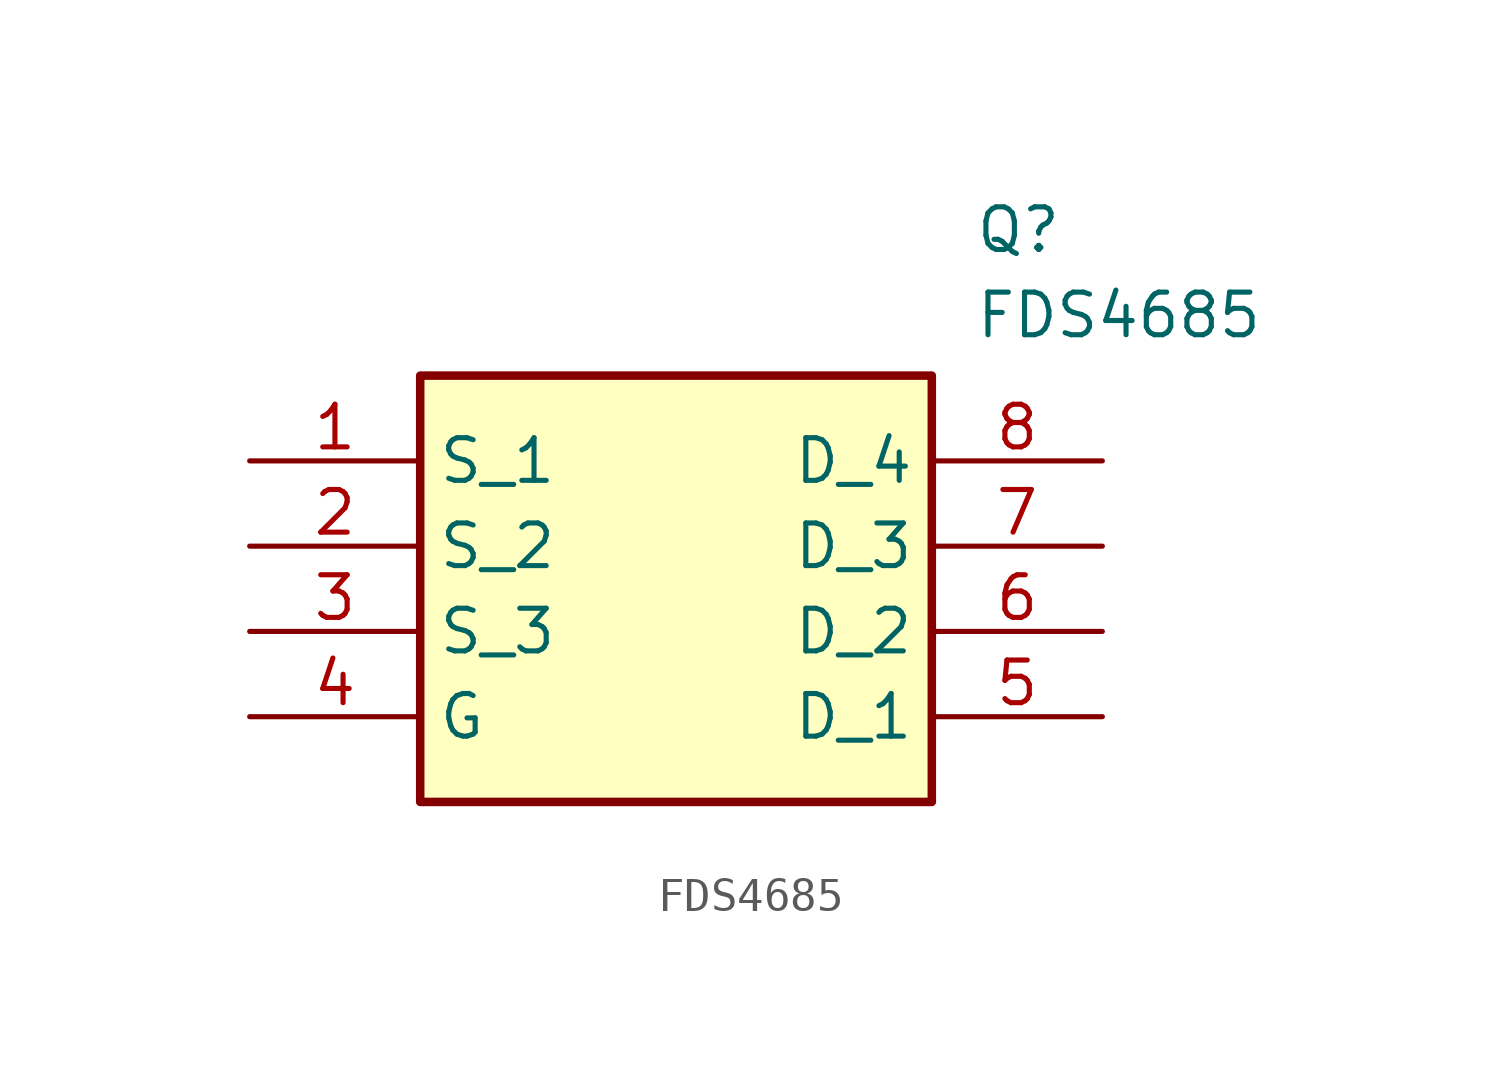
<source format=kicad_sym>
(kicad_symbol_lib
  (version 20241209)
  (generator "kicad_symbol_editor")
  (generator_version "9.0")
  (symbol "FDS4685"
    (property "Reference" "Q"
      (at 21.59 7.62 0)
      (effects (font (size 1.27 1.27)) (justify left top)))
    (property "Value" "FDS4685"
      (at 21.59 5.08 0)
      (effects (font (size 1.27 1.27)) (justify left top)))
    (symbol "FDS4685_1_1"
      (rectangle (start 5.08 2.54) (end 20.32 -10.16) (stroke (width 0.254) (type default)) (fill (type background)))
      (pin passive line (at 0 0 0) (length 5.08) (name "S_1" (effects (font (size 1.27 1.27)))) (number "1" (effects (font (size 1.27 1.27)))))
      (pin passive line (at 0 -2.54 0) (length 5.08) (name "S_2" (effects (font (size 1.27 1.27)))) (number "2" (effects (font (size 1.27 1.27)))))
      (pin passive line (at 0 -5.08 0) (length 5.08) (name "S_3" (effects (font (size 1.27 1.27)))) (number "3" (effects (font (size 1.27 1.27)))))
      (pin passive line (at 0 -7.62 0) (length 5.08) (name "G" (effects (font (size 1.27 1.27)))) (number "4" (effects (font (size 1.27 1.27)))))
      (pin passive line (at 25.4 0 180) (length 5.08) (name "D_4" (effects (font (size 1.27 1.27)))) (number "8" (effects (font (size 1.27 1.27)))))
      (pin passive line (at 25.4 -2.54 180) (length 5.08) (name "D_3" (effects (font (size 1.27 1.27)))) (number "7" (effects (font (size 1.27 1.27)))))
      (pin passive line (at 25.4 -5.08 180) (length 5.08) (name "D_2" (effects (font (size 1.27 1.27)))) (number "6" (effects (font (size 1.27 1.27)))))
      (pin passive line (at 25.4 -7.62 180) (length 5.08) (name "D_1" (effects (font (size 1.27 1.27)))) (number "5" (effects (font (size 1.27 1.27))))))))
</source>
